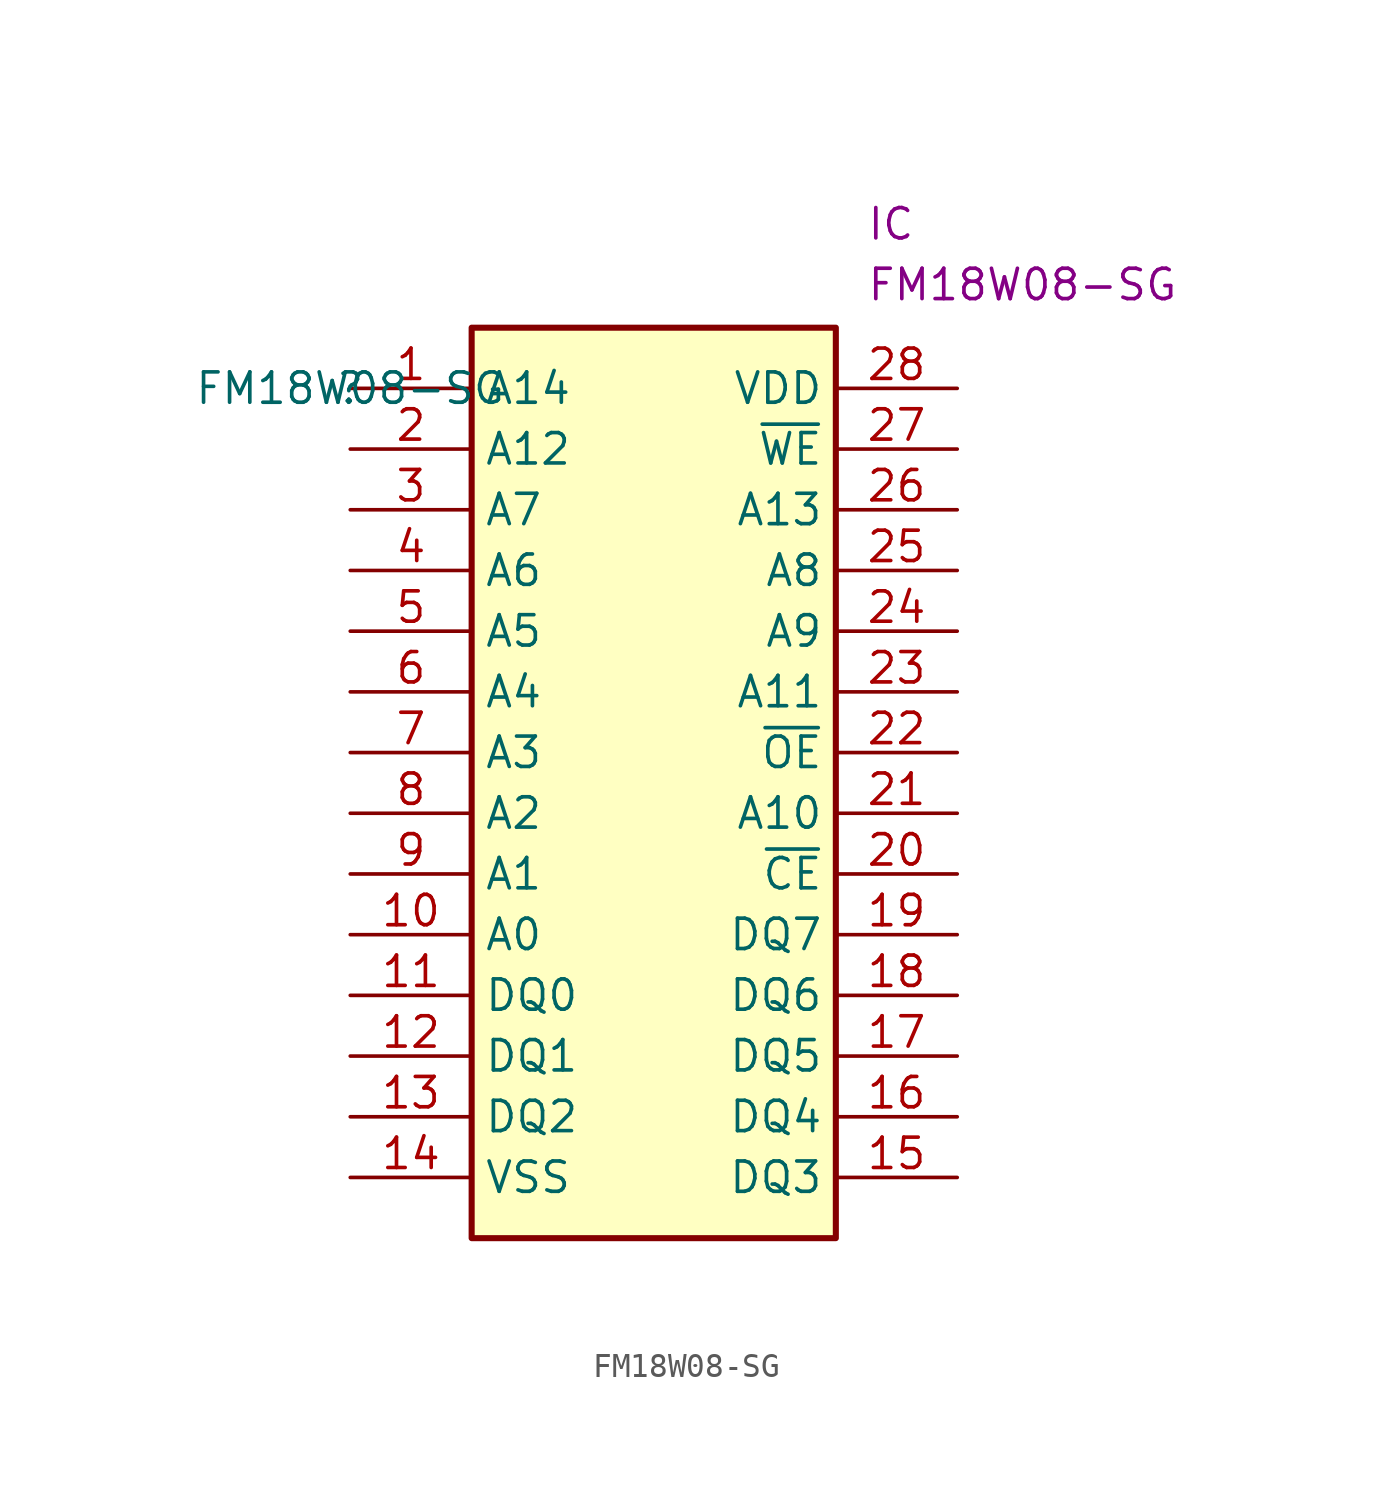
<source format=kicad_sym>
(kicad_symbol_lib
  (version 20211014)
  (generator kicad_symbol_editor)
  (symbol "FM18W08-SG"
    (property "Reference" ""
      (at 0 0 0)
      (effects (font (size 1.27 1.27))))
    (property "Value" "FM18W08-SG"
      (at 0 0 0)
      (effects (font (size 1.27 1.27))))
    (property "Reference_1" "IC"
      (at 21.59 7.62 0)
      (effects (font (size 1.27 1.27)) (justify left top)))
    (property "Value_1" "FM18W08-SG"
      (at 21.59 5.08 0)
      (effects (font (size 1.27 1.27)) (justify left top)))
    (symbol "FM18W08-SG_1_1"
      (rectangle (start 5.08 2.54) (end 20.32 -35.56) (stroke (width 0.254) (type default) (color 0 0 0 0)) (fill (type background)))
      (pin passive line (at 0 0 0) (length 5.08) (name "A14" (effects (font (size 1.27 1.27)))) (number "1" (effects (font (size 1.27 1.27)))))
      (pin passive line (at 0 -22.86 0) (length 5.08) (name "A0" (effects (font (size 1.27 1.27)))) (number "10" (effects (font (size 1.27 1.27)))))
      (pin passive line (at 0 -25.4 0) (length 5.08) (name "DQ0" (effects (font (size 1.27 1.27)))) (number "11" (effects (font (size 1.27 1.27)))))
      (pin passive line (at 0 -27.94 0) (length 5.08) (name "DQ1" (effects (font (size 1.27 1.27)))) (number "12" (effects (font (size 1.27 1.27)))))
      (pin passive line (at 0 -30.48 0) (length 5.08) (name "DQ2" (effects (font (size 1.27 1.27)))) (number "13" (effects (font (size 1.27 1.27)))))
      (pin passive line (at 0 -33.02 0) (length 5.08) (name "VSS" (effects (font (size 1.27 1.27)))) (number "14" (effects (font (size 1.27 1.27)))))
      (pin passive line (at 25.4 -33.02 180) (length 5.08) (name "DQ3" (effects (font (size 1.27 1.27)))) (number "15" (effects (font (size 1.27 1.27)))))
      (pin passive line (at 25.4 -30.48 180) (length 5.08) (name "DQ4" (effects (font (size 1.27 1.27)))) (number "16" (effects (font (size 1.27 1.27)))))
      (pin passive line (at 25.4 -27.94 180) (length 5.08) (name "DQ5" (effects (font (size 1.27 1.27)))) (number "17" (effects (font (size 1.27 1.27)))))
      (pin passive line (at 25.4 -25.4 180) (length 5.08) (name "DQ6" (effects (font (size 1.27 1.27)))) (number "18" (effects (font (size 1.27 1.27)))))
      (pin passive line (at 25.4 -22.86 180) (length 5.08) (name "DQ7" (effects (font (size 1.27 1.27)))) (number "19" (effects (font (size 1.27 1.27)))))
      (pin passive line (at 0 -2.54 0) (length 5.08) (name "A12" (effects (font (size 1.27 1.27)))) (number "2" (effects (font (size 1.27 1.27)))))
      (pin passive line (at 25.4 -20.32 180) (length 5.08) (name "~{CE}" (effects (font (size 1.27 1.27)))) (number "20" (effects (font (size 1.27 1.27)))))
      (pin passive line (at 25.4 -17.78 180) (length 5.08) (name "A10" (effects (font (size 1.27 1.27)))) (number "21" (effects (font (size 1.27 1.27)))))
      (pin passive line (at 25.4 -15.24 180) (length 5.08) (name "~{OE}" (effects (font (size 1.27 1.27)))) (number "22" (effects (font (size 1.27 1.27)))))
      (pin passive line (at 25.4 -12.7 180) (length 5.08) (name "A11" (effects (font (size 1.27 1.27)))) (number "23" (effects (font (size 1.27 1.27)))))
      (pin passive line (at 25.4 -10.16 180) (length 5.08) (name "A9" (effects (font (size 1.27 1.27)))) (number "24" (effects (font (size 1.27 1.27)))))
      (pin passive line (at 25.4 -7.62 180) (length 5.08) (name "A8" (effects (font (size 1.27 1.27)))) (number "25" (effects (font (size 1.27 1.27)))))
      (pin passive line (at 25.4 -5.08 180) (length 5.08) (name "A13" (effects (font (size 1.27 1.27)))) (number "26" (effects (font (size 1.27 1.27)))))
      (pin passive line (at 25.4 -2.54 180) (length 5.08) (name "~{WE}" (effects (font (size 1.27 1.27)))) (number "27" (effects (font (size 1.27 1.27)))))
      (pin passive line (at 25.4 0 180) (length 5.08) (name "VDD" (effects (font (size 1.27 1.27)))) (number "28" (effects (font (size 1.27 1.27)))))
      (pin passive line (at 0 -5.08 0) (length 5.08) (name "A7" (effects (font (size 1.27 1.27)))) (number "3" (effects (font (size 1.27 1.27)))))
      (pin passive line (at 0 -7.62 0) (length 5.08) (name "A6" (effects (font (size 1.27 1.27)))) (number "4" (effects (font (size 1.27 1.27)))))
      (pin passive line (at 0 -10.16 0) (length 5.08) (name "A5" (effects (font (size 1.27 1.27)))) (number "5" (effects (font (size 1.27 1.27)))))
      (pin passive line (at 0 -12.7 0) (length 5.08) (name "A4" (effects (font (size 1.27 1.27)))) (number "6" (effects (font (size 1.27 1.27)))))
      (pin passive line (at 0 -15.24 0) (length 5.08) (name "A3" (effects (font (size 1.27 1.27)))) (number "7" (effects (font (size 1.27 1.27)))))
      (pin passive line (at 0 -17.78 0) (length 5.08) (name "A2" (effects (font (size 1.27 1.27)))) (number "8" (effects (font (size 1.27 1.27)))))
      (pin passive line (at 0 -20.32 0) (length 5.08) (name "A1" (effects (font (size 1.27 1.27)))) (number "9" (effects (font (size 1.27 1.27))))))))
</source>
